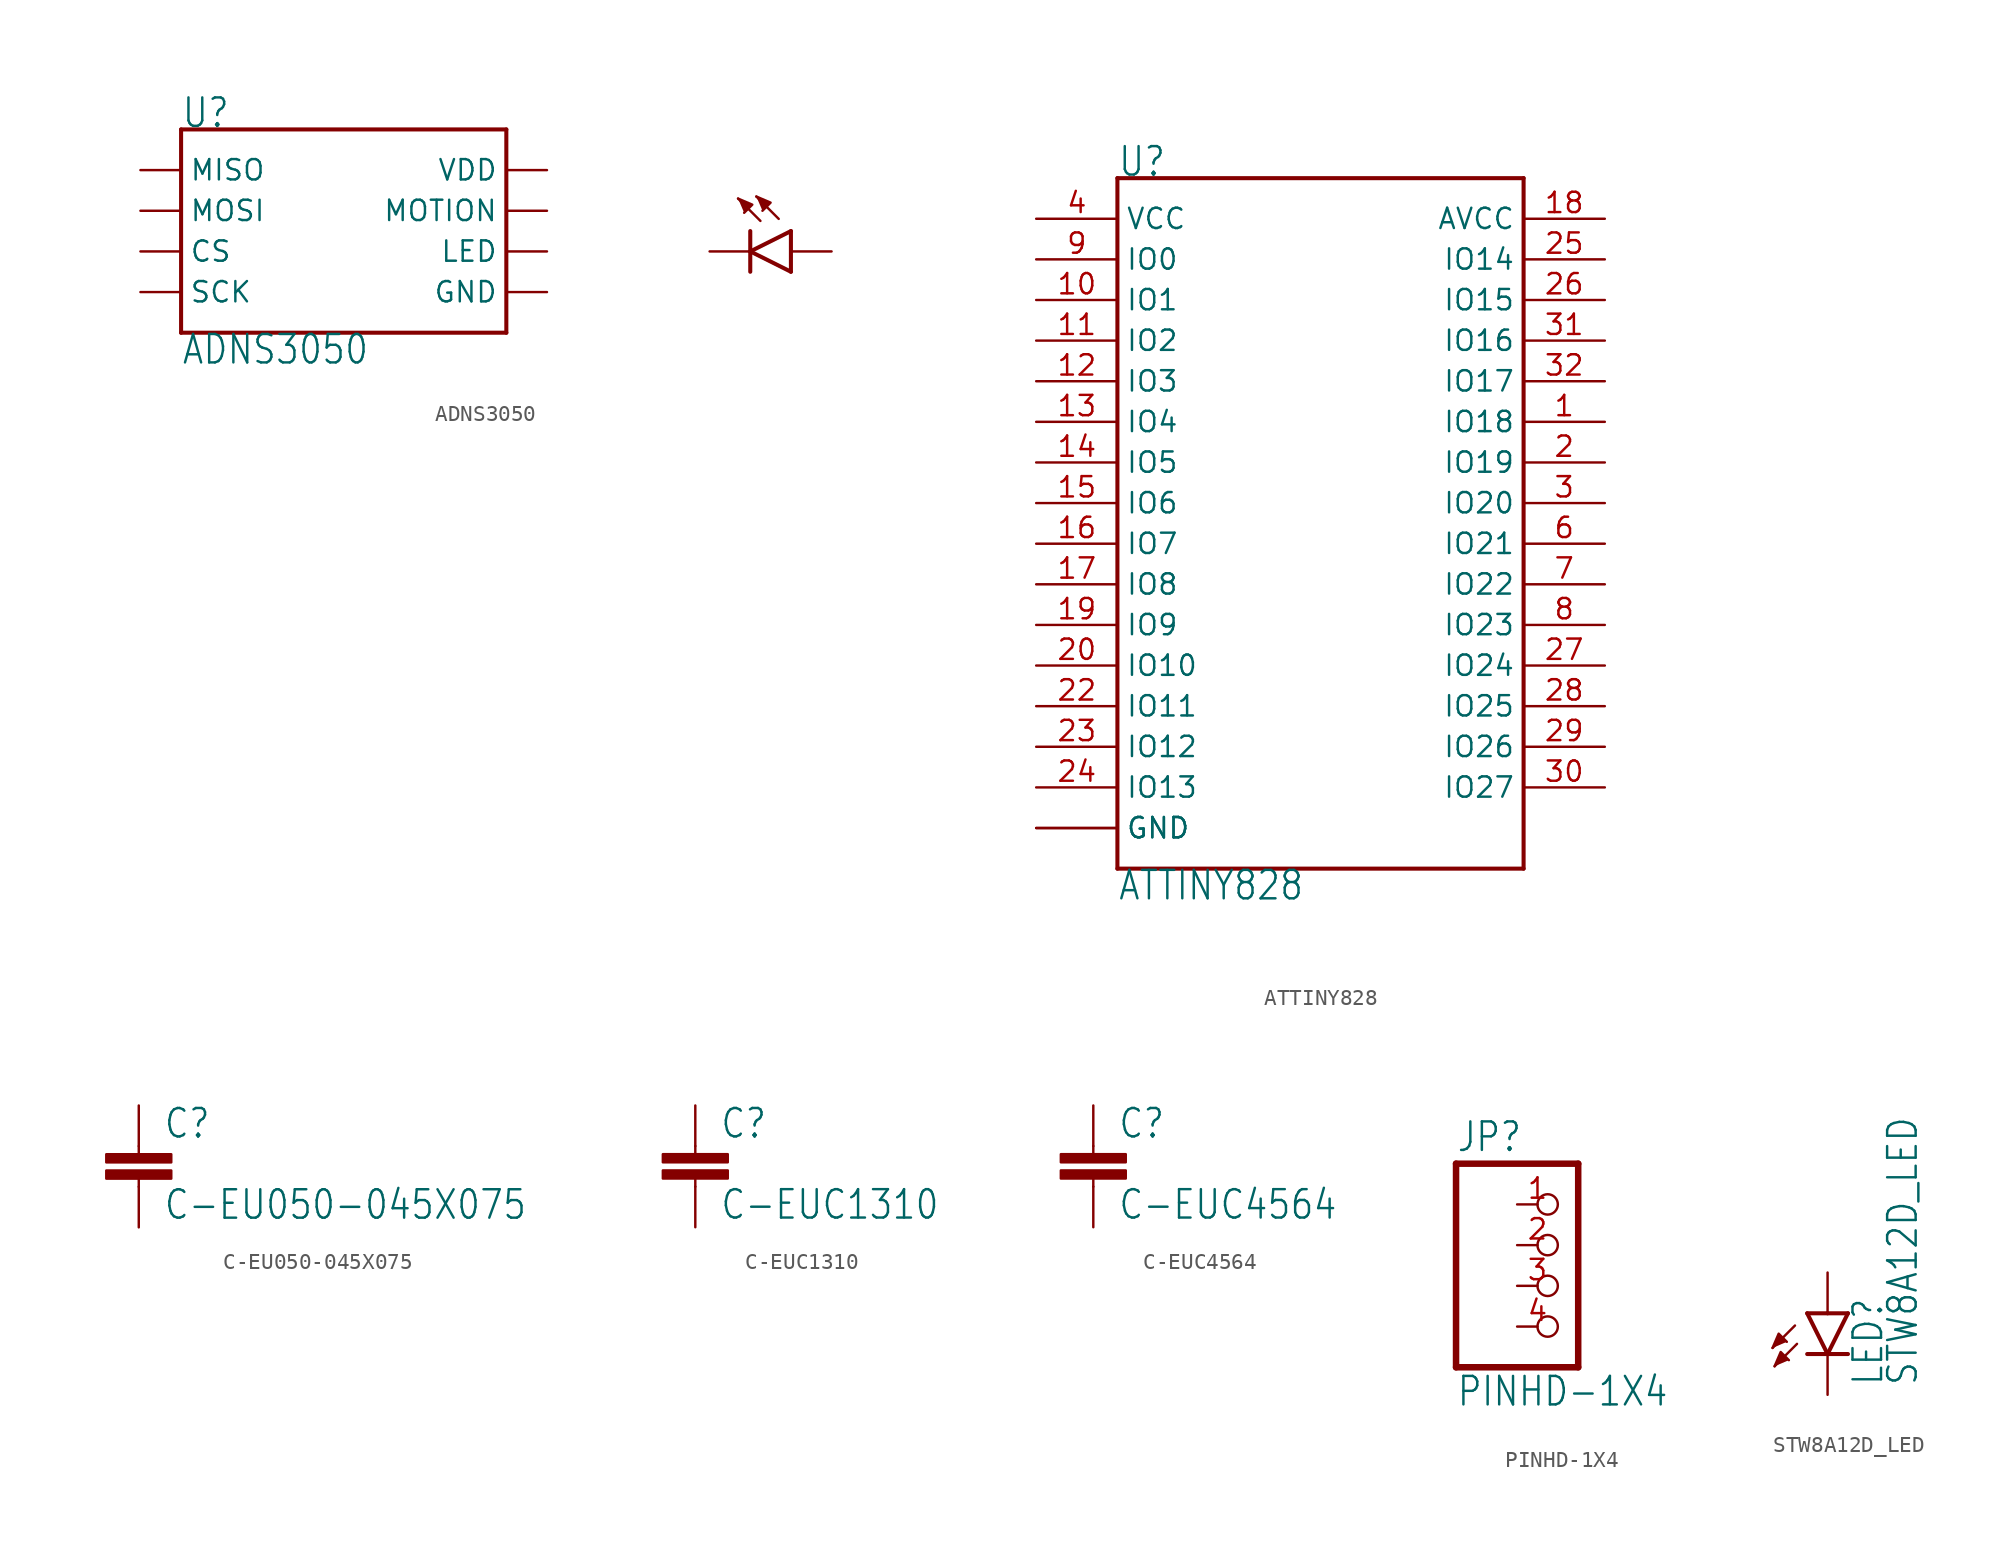
<source format=kicad_sym>
(kicad_symbol_lib
  (version 20211014)
  (generator kicad_symbol_editor)
  (symbol "ADNS3050"
    (property "Reference" "U"
      (at -10.16 5.08 0)
      (effects (font (size 1.778 1.511)) (justify left bottom)))
    (property "Value" "ADNS3050"
      (at -10.16 -7.62 0)
      (effects (font (size 1.778 1.511)) (justify left top)))
    (property "ki_locked" ""
      (at 0 0 0)
      (effects (font (size 1.27 1.27))))
    (symbol "ADNS3050_1_0"
      (polyline (pts (xy -10.16 -7.62) (xy -10.16 5.08)) (stroke (width 0.254) (type default) (color 0 0 0 0)) (fill (type none)))
      (polyline (pts (xy -10.16 5.08) (xy 10.16 5.08)) (stroke (width 0.254) (type default) (color 0 0 0 0)) (fill (type none)))
      (polyline (pts (xy 10.16 -7.62) (xy -10.16 -7.62)) (stroke (width 0.254) (type default) (color 0 0 0 0)) (fill (type none)))
      (polyline (pts (xy 10.16 5.08) (xy 10.16 -7.62)) (stroke (width 0.254) (type default) (color 0 0 0 0)) (fill (type none)))
      (polyline (pts (xy 25.4 -3.81) (xy 25.4 -2.54)) (stroke (width 0.254) (type default) (color 0 0 0 0)) (fill (type none)))
      (polyline (pts (xy 25.4 -2.54) (xy 25.4 -1.27)) (stroke (width 0.254) (type default) (color 0 0 0 0)) (fill (type none)))
      (polyline (pts (xy 25.4 -2.54) (xy 27.94 -1.27)) (stroke (width 0.254) (type default) (color 0 0 0 0)) (fill (type none)))
      (polyline (pts (xy 26.035 -0.635) (xy 24.638 0.762)) (stroke (width 0.152) (type default) (color 0 0 0 0)) (fill (type none)))
      (polyline (pts (xy 27.178 -0.508) (xy 25.781 0.889)) (stroke (width 0.152) (type default) (color 0 0 0 0)) (fill (type none)))
      (polyline (pts (xy 27.94 -3.81) (xy 25.4 -2.54)) (stroke (width 0.254) (type default) (color 0 0 0 0)) (fill (type none)))
      (polyline (pts (xy 27.94 -3.81) (xy 27.94 -1.27)) (stroke (width 0.254) (type default) (color 0 0 0 0)) (fill (type none)))
      (polyline (pts (xy 24.638 0.762) (xy 25.527 0.381) (xy 25.019 -0.127)) (stroke (width 0) (type default) (color 0 0 0 0)) (fill (type outline)))
      (polyline (pts (xy 25.781 0.889) (xy 26.67 0.508) (xy 26.162 0)) (stroke (width 0) (type default) (color 0 0 0 0)) (fill (type outline)))
      (pin bidirectional line (at -12.7 2.54 0) (length 2.54) (name "MISO" (effects (font (size 1.27 1.27)))) (number "1" (effects (font (size 0 0)))))
      (pin passive line (at 12.7 -2.54 180) (length 2.54) (name "LED" (effects (font (size 1.27 1.27)))) (number "2" (effects (font (size 0 0)))))
      (pin bidirectional line (at -12.7 0 0) (length 2.54) (name "MOSI" (effects (font (size 1.27 1.27)))) (number "3" (effects (font (size 0 0)))))
      (pin bidirectional line (at -12.7 -2.54 0) (length 2.54) (name "CS" (effects (font (size 1.27 1.27)))) (number "4" (effects (font (size 0 0)))))
      (pin bidirectional line (at -12.7 -5.08 0) (length 2.54) (name "SCK" (effects (font (size 1.27 1.27)))) (number "5" (effects (font (size 0 0)))))
      (pin power_in line (at 12.7 -5.08 180) (length 2.54) (name "GND" (effects (font (size 1.27 1.27)))) (number "6" (effects (font (size 0 0)))))
      (pin power_in line (at 12.7 2.54 180) (length 2.54) (name "VDD" (effects (font (size 1.27 1.27)))) (number "7" (effects (font (size 0 0)))))
      (pin output line (at 12.7 0 180) (length 2.54) (name "MOTION" (effects (font (size 1.27 1.27)))) (number "8" (effects (font (size 0 0)))))
      (pin passive line (at 30.48 -2.54 180) (length 2.54) (name "A" (effects (font (size 0 0)))) (number "A" (effects (font (size 0 0)))))
      (pin passive line (at 22.86 -2.54 0) (length 2.54) (name "K" (effects (font (size 0 0)))) (number "K" (effects (font (size 0 0)))))))
  (symbol "ATTINY828"
    (property "Reference" "U"
      (at -12.7 12.7 0)
      (effects (font (size 1.778 1.511)) (justify left bottom)))
    (property "Value" "ATTINY828"
      (at -12.7 -30.48 0)
      (effects (font (size 1.778 1.511)) (justify left top)))
    (property "ki_locked" ""
      (at 0 0 0)
      (effects (font (size 1.27 1.27))))
    (symbol "ATTINY828_1_0"
      (polyline (pts (xy -12.7 -30.48) (xy -12.7 12.7)) (stroke (width 0.254) (type default) (color 0 0 0 0)) (fill (type none)))
      (polyline (pts (xy -12.7 12.7) (xy 12.7 12.7)) (stroke (width 0.254) (type default) (color 0 0 0 0)) (fill (type none)))
      (polyline (pts (xy 12.7 -30.48) (xy -12.7 -30.48)) (stroke (width 0.254) (type default) (color 0 0 0 0)) (fill (type none)))
      (polyline (pts (xy 12.7 12.7) (xy 12.7 -30.48)) (stroke (width 0.254) (type default) (color 0 0 0 0)) (fill (type none)))
      (pin bidirectional line (at 17.78 -2.54 180) (length 5.08) (name "IO18" (effects (font (size 1.27 1.27)))) (number "1" (effects (font (size 1.27 1.27)))))
      (pin bidirectional line (at -17.78 5.08 0) (length 5.08) (name "IO1" (effects (font (size 1.27 1.27)))) (number "10" (effects (font (size 1.27 1.27)))))
      (pin bidirectional line (at -17.78 2.54 0) (length 5.08) (name "IO2" (effects (font (size 1.27 1.27)))) (number "11" (effects (font (size 1.27 1.27)))))
      (pin bidirectional line (at -17.78 0 0) (length 5.08) (name "IO3" (effects (font (size 1.27 1.27)))) (number "12" (effects (font (size 1.27 1.27)))))
      (pin bidirectional line (at -17.78 -2.54 0) (length 5.08) (name "IO4" (effects (font (size 1.27 1.27)))) (number "13" (effects (font (size 1.27 1.27)))))
      (pin bidirectional line (at -17.78 -5.08 0) (length 5.08) (name "IO5" (effects (font (size 1.27 1.27)))) (number "14" (effects (font (size 1.27 1.27)))))
      (pin bidirectional line (at -17.78 -7.62 0) (length 5.08) (name "IO6" (effects (font (size 1.27 1.27)))) (number "15" (effects (font (size 1.27 1.27)))))
      (pin bidirectional line (at -17.78 -10.16 0) (length 5.08) (name "IO7" (effects (font (size 1.27 1.27)))) (number "16" (effects (font (size 1.27 1.27)))))
      (pin bidirectional line (at -17.78 -12.7 0) (length 5.08) (name "IO8" (effects (font (size 1.27 1.27)))) (number "17" (effects (font (size 1.27 1.27)))))
      (pin power_in line (at 17.78 10.16 180) (length 5.08) (name "AVCC" (effects (font (size 1.27 1.27)))) (number "18" (effects (font (size 1.27 1.27)))))
      (pin bidirectional line (at -17.78 -15.24 0) (length 5.08) (name "IO9" (effects (font (size 1.27 1.27)))) (number "19" (effects (font (size 1.27 1.27)))))
      (pin bidirectional line (at 17.78 -5.08 180) (length 5.08) (name "IO19" (effects (font (size 1.27 1.27)))) (number "2" (effects (font (size 1.27 1.27)))))
      (pin bidirectional line (at -17.78 -17.78 0) (length 5.08) (name "IO10" (effects (font (size 1.27 1.27)))) (number "20" (effects (font (size 1.27 1.27)))))
      (pin power_in line (at -17.78 -27.94 0) (length 5.08) (name "GND" (effects (font (size 1.27 1.27)))) (number "21" (effects (font (size 0 0)))))
      (pin bidirectional line (at -17.78 -20.32 0) (length 5.08) (name "IO11" (effects (font (size 1.27 1.27)))) (number "22" (effects (font (size 1.27 1.27)))))
      (pin bidirectional line (at -17.78 -22.86 0) (length 5.08) (name "IO12" (effects (font (size 1.27 1.27)))) (number "23" (effects (font (size 1.27 1.27)))))
      (pin bidirectional line (at -17.78 -25.4 0) (length 5.08) (name "IO13" (effects (font (size 1.27 1.27)))) (number "24" (effects (font (size 1.27 1.27)))))
      (pin bidirectional line (at 17.78 7.62 180) (length 5.08) (name "IO14" (effects (font (size 1.27 1.27)))) (number "25" (effects (font (size 1.27 1.27)))))
      (pin bidirectional line (at 17.78 5.08 180) (length 5.08) (name "IO15" (effects (font (size 1.27 1.27)))) (number "26" (effects (font (size 1.27 1.27)))))
      (pin bidirectional line (at 17.78 -17.78 180) (length 5.08) (name "IO24" (effects (font (size 1.27 1.27)))) (number "27" (effects (font (size 1.27 1.27)))))
      (pin bidirectional line (at 17.78 -20.32 180) (length 5.08) (name "IO25" (effects (font (size 1.27 1.27)))) (number "28" (effects (font (size 1.27 1.27)))))
      (pin bidirectional line (at 17.78 -22.86 180) (length 5.08) (name "IO26" (effects (font (size 1.27 1.27)))) (number "29" (effects (font (size 1.27 1.27)))))
      (pin bidirectional line (at 17.78 -7.62 180) (length 5.08) (name "IO20" (effects (font (size 1.27 1.27)))) (number "3" (effects (font (size 1.27 1.27)))))
      (pin bidirectional line (at 17.78 -25.4 180) (length 5.08) (name "IO27" (effects (font (size 1.27 1.27)))) (number "30" (effects (font (size 1.27 1.27)))))
      (pin bidirectional line (at 17.78 2.54 180) (length 5.08) (name "IO16" (effects (font (size 1.27 1.27)))) (number "31" (effects (font (size 1.27 1.27)))))
      (pin bidirectional line (at 17.78 0 180) (length 5.08) (name "IO17" (effects (font (size 1.27 1.27)))) (number "32" (effects (font (size 1.27 1.27)))))
      (pin power_in line (at -17.78 10.16 0) (length 5.08) (name "VCC" (effects (font (size 1.27 1.27)))) (number "4" (effects (font (size 1.27 1.27)))))
      (pin power_in line (at -17.78 -27.94 0) (length 5.08) (name "GND" (effects (font (size 1.27 1.27)))) (number "5" (effects (font (size 0 0)))))
      (pin bidirectional line (at 17.78 -10.16 180) (length 5.08) (name "IO21" (effects (font (size 1.27 1.27)))) (number "6" (effects (font (size 1.27 1.27)))))
      (pin bidirectional line (at 17.78 -12.7 180) (length 5.08) (name "IO22" (effects (font (size 1.27 1.27)))) (number "7" (effects (font (size 1.27 1.27)))))
      (pin bidirectional line (at 17.78 -15.24 180) (length 5.08) (name "IO23" (effects (font (size 1.27 1.27)))) (number "8" (effects (font (size 1.27 1.27)))))
      (pin bidirectional line (at -17.78 7.62 0) (length 5.08) (name "IO0" (effects (font (size 1.27 1.27)))) (number "9" (effects (font (size 1.27 1.27)))))))
  (symbol "C-EU050-045X075"
    (property "Reference" "C"
      (at 1.524 0.381 0)
      (effects (font (size 1.778 1.511)) (justify left bottom)))
    (property "Value" "C-EU050-045X075"
      (at 1.524 -4.699 0)
      (effects (font (size 1.778 1.511)) (justify left bottom)))
    (property "ki_locked" ""
      (at 0 0 0)
      (effects (font (size 1.27 1.27))))
    (symbol "C-EU050-045X075_1_0"
      (rectangle (start -2.032 -2.032) (end 2.032 -1.524) (stroke (width 0) (type default) (color 0 0 0 0)) (fill (type outline)))
      (rectangle (start -2.032 -1.016) (end 2.032 -0.508) (stroke (width 0) (type default) (color 0 0 0 0)) (fill (type outline)))
      (polyline (pts (xy 0 -2.54) (xy 0 -2.032)) (stroke (width 0.152) (type default) (color 0 0 0 0)) (fill (type none)))
      (polyline (pts (xy 0 0) (xy 0 -0.508)) (stroke (width 0.152) (type default) (color 0 0 0 0)) (fill (type none)))
      (pin passive line (at 0 2.54 270) (length 2.54) (name "1" (effects (font (size 0 0)))) (number "1" (effects (font (size 0 0)))))
      (pin passive line (at 0 -5.08 90) (length 2.54) (name "2" (effects (font (size 0 0)))) (number "2" (effects (font (size 0 0)))))))
  (symbol "C-EUC1310"
    (property "Reference" "C"
      (at 1.524 0.381 0)
      (effects (font (size 1.778 1.511)) (justify left bottom)))
    (property "Value" "C-EUC1310"
      (at 1.524 -4.699 0)
      (effects (font (size 1.778 1.511)) (justify left bottom)))
    (property "ki_locked" ""
      (at 0 0 0)
      (effects (font (size 1.27 1.27))))
    (symbol "C-EUC1310_1_0"
      (rectangle (start -2.032 -2.032) (end 2.032 -1.524) (stroke (width 0) (type default) (color 0 0 0 0)) (fill (type outline)))
      (rectangle (start -2.032 -1.016) (end 2.032 -0.508) (stroke (width 0) (type default) (color 0 0 0 0)) (fill (type outline)))
      (polyline (pts (xy 0 -2.54) (xy 0 -2.032)) (stroke (width 0.152) (type default) (color 0 0 0 0)) (fill (type none)))
      (polyline (pts (xy 0 0) (xy 0 -0.508)) (stroke (width 0.152) (type default) (color 0 0 0 0)) (fill (type none)))
      (pin passive line (at 0 2.54 270) (length 2.54) (name "1" (effects (font (size 0 0)))) (number "1" (effects (font (size 0 0)))))
      (pin passive line (at 0 -5.08 90) (length 2.54) (name "2" (effects (font (size 0 0)))) (number "2" (effects (font (size 0 0)))))))
  (symbol "C-EUC4564"
    (property "Reference" "C"
      (at 1.524 0.381 0)
      (effects (font (size 1.778 1.511)) (justify left bottom)))
    (property "Value" "C-EUC4564"
      (at 1.524 -4.699 0)
      (effects (font (size 1.778 1.511)) (justify left bottom)))
    (property "ki_locked" ""
      (at 0 0 0)
      (effects (font (size 1.27 1.27))))
    (symbol "C-EUC4564_1_0"
      (rectangle (start -2.032 -2.032) (end 2.032 -1.524) (stroke (width 0) (type default) (color 0 0 0 0)) (fill (type outline)))
      (rectangle (start -2.032 -1.016) (end 2.032 -0.508) (stroke (width 0) (type default) (color 0 0 0 0)) (fill (type outline)))
      (polyline (pts (xy 0 -2.54) (xy 0 -2.032)) (stroke (width 0.152) (type default) (color 0 0 0 0)) (fill (type none)))
      (polyline (pts (xy 0 0) (xy 0 -0.508)) (stroke (width 0.152) (type default) (color 0 0 0 0)) (fill (type none)))
      (pin passive line (at 0 2.54 270) (length 2.54) (name "1" (effects (font (size 0 0)))) (number "1" (effects (font (size 0 0)))))
      (pin passive line (at 0 -5.08 90) (length 2.54) (name "2" (effects (font (size 0 0)))) (number "2" (effects (font (size 0 0)))))))
  (symbol "PINHD-1X4"
    (property "Reference" "JP"
      (at -6.35 8.255 0)
      (effects (font (size 1.778 1.511)) (justify left bottom)))
    (property "Value" "PINHD-1X4"
      (at -6.35 -7.62 0)
      (effects (font (size 1.778 1.511)) (justify left bottom)))
    (property "ki_locked" ""
      (at 0 0 0)
      (effects (font (size 1.27 1.27))))
    (symbol "PINHD-1X4_1_0"
      (polyline (pts (xy -6.35 -5.08) (xy 1.27 -5.08)) (stroke (width 0.406) (type default) (color 0 0 0 0)) (fill (type none)))
      (polyline (pts (xy -6.35 7.62) (xy -6.35 -5.08)) (stroke (width 0.406) (type default) (color 0 0 0 0)) (fill (type none)))
      (polyline (pts (xy 1.27 -5.08) (xy 1.27 7.62)) (stroke (width 0.406) (type default) (color 0 0 0 0)) (fill (type none)))
      (polyline (pts (xy 1.27 7.62) (xy -6.35 7.62)) (stroke (width 0.406) (type default) (color 0 0 0 0)) (fill (type none)))
      (pin passive inverted (at -2.54 5.08 0) (length 2.54) (name "1" (effects (font (size 0 0)))) (number "1" (effects (font (size 1.27 1.27)))))
      (pin passive inverted (at -2.54 2.54 0) (length 2.54) (name "2" (effects (font (size 0 0)))) (number "2" (effects (font (size 1.27 1.27)))))
      (pin passive inverted (at -2.54 0 0) (length 2.54) (name "3" (effects (font (size 0 0)))) (number "3" (effects (font (size 1.27 1.27)))))
      (pin passive inverted (at -2.54 -2.54 0) (length 2.54) (name "4" (effects (font (size 0 0)))) (number "4" (effects (font (size 1.27 1.27)))))))
  (symbol "STW8A12D_LED"
    (property "Reference" "LED"
      (at 3.556 -4.572 90)
      (effects (font (size 1.778 1.511)) (justify left bottom)))
    (property "Value" "STW8A12D_LED"
      (at 5.715 -4.572 90)
      (effects (font (size 1.778 1.511)) (justify left bottom)))
    (property "ki_locked" ""
      (at 0 0 0)
      (effects (font (size 1.27 1.27))))
    (symbol "STW8A12D_LED_1_0"
      (polyline (pts (xy -2.032 -0.762) (xy -3.429 -2.159)) (stroke (width 0.152) (type default) (color 0 0 0 0)) (fill (type none)))
      (polyline (pts (xy -1.905 -1.905) (xy -3.302 -3.302)) (stroke (width 0.152) (type default) (color 0 0 0 0)) (fill (type none)))
      (polyline (pts (xy 0 -2.54) (xy -1.27 -2.54)) (stroke (width 0.254) (type default) (color 0 0 0 0)) (fill (type none)))
      (polyline (pts (xy 0 -2.54) (xy -1.27 0)) (stroke (width 0.254) (type default) (color 0 0 0 0)) (fill (type none)))
      (polyline (pts (xy 0 0) (xy -1.27 0)) (stroke (width 0.254) (type default) (color 0 0 0 0)) (fill (type none)))
      (polyline (pts (xy 1.27 -2.54) (xy 0 -2.54)) (stroke (width 0.254) (type default) (color 0 0 0 0)) (fill (type none)))
      (polyline (pts (xy 1.27 0) (xy 0 -2.54)) (stroke (width 0.254) (type default) (color 0 0 0 0)) (fill (type none)))
      (polyline (pts (xy 1.27 0) (xy 0 0)) (stroke (width 0.254) (type default) (color 0 0 0 0)) (fill (type none)))
      (polyline (pts (xy -3.429 -2.159) (xy -3.048 -1.27) (xy -2.54 -1.778)) (stroke (width 0) (type default) (color 0 0 0 0)) (fill (type outline)))
      (polyline (pts (xy -3.302 -3.302) (xy -2.921 -2.413) (xy -2.413 -2.921)) (stroke (width 0) (type default) (color 0 0 0 0)) (fill (type outline)))
      (pin passive line (at 0 2.54 270) (length 2.54) (name "A" (effects (font (size 0 0)))) (number "1" (effects (font (size 0 0)))))
      (pin passive line (at 0 -5.08 90) (length 2.54) (name "C" (effects (font (size 0 0)))) (number "2" (effects (font (size 0 0))))))))
</source>
